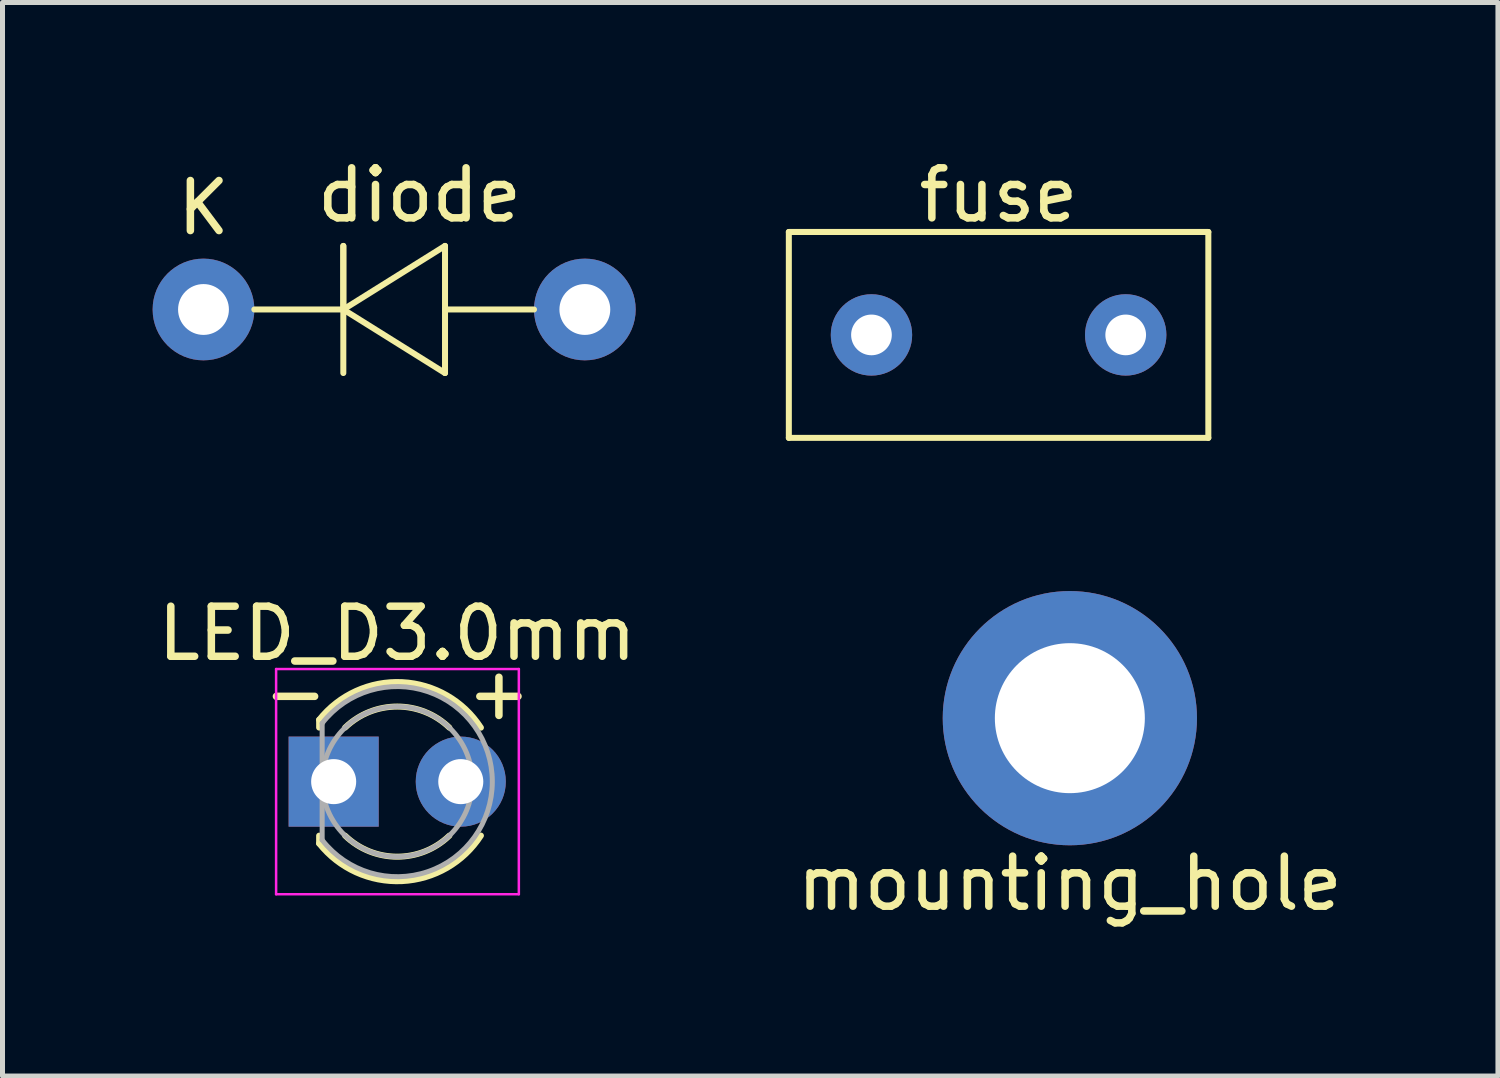
<source format=kicad_pcb>
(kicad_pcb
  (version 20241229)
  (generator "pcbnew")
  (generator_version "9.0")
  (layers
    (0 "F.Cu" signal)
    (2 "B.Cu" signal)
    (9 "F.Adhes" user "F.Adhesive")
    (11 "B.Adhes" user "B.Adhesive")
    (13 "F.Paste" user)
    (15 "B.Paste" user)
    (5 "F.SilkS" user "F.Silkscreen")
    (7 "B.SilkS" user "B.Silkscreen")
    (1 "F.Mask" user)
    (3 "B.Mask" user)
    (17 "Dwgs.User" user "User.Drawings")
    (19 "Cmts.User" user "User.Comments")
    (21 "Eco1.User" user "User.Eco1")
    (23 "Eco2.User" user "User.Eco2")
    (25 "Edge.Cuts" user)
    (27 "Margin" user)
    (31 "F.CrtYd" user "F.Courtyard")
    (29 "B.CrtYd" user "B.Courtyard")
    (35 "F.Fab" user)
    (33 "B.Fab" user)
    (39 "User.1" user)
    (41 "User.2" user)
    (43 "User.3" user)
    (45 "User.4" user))
  (footprint "mounting_hole"
    (layer "F.Cu")
    (at 18.327 11.3)
    (property "Reference" "mounting_hole" (at 0 3.302 0) (layer "F.SilkS") (effects (font (size 1 1) (thickness 0.15))))
    (attr through_hole)
    (pad "1" thru_hole circle (at 0 0) (size 5.08 5.08) (drill 2.997) (layers "*.Cu" "*.Mask")))
  (footprint "LED_D3.0mm"
    (layer "F.Cu")
    (at 3.617 12.568)
    (property "Reference" "LED_D3.0mm" (at 1.27 -2.96 0) (layer "F.SilkS") (effects (font (size 1 1) (thickness 0.15))))
    (attr through_hole)
    (fp_line (start -0.29 -1.236) (end -0.29 -1.08) (stroke (width 0.12) (type solid)) (layer "F.SilkS"))
    (fp_line (start -0.29 1.08) (end -0.29 1.236) (stroke (width 0.12) (type solid)) (layer "F.SilkS"))
    (fp_arc (start -0.29 -1.235516) (mid 1.366487 -1.987659) (end 2.942335 -1.078608) (stroke (width 0.12) (type solid)) (layer "F.SilkS"))
    (fp_arc (start 0.229039 -1.08) (mid 1.270117 -1.5) (end 2.31113 -1.079837) (stroke (width 0.12) (type solid)) (layer "F.SilkS"))
    (fp_arc (start 2.31113 1.079837) (mid 1.270117 1.5) (end 0.229039 1.08) (stroke (width 0.12) (type solid)) (layer "F.SilkS"))
    (fp_arc (start 2.942335 1.078608) (mid 1.366487 1.987659) (end -0.29 1.235516) (stroke (width 0.12) (type solid)) (layer "F.SilkS"))
    (fp_line (start -1.15 -2.25) (end -1.15 2.25) (stroke (width 0.05) (type solid)) (layer "F.CrtYd"))
    (fp_line (start -1.15 2.25) (end 3.7 2.25) (stroke (width 0.05) (type solid)) (layer "F.CrtYd"))
    (fp_line (start 3.7 -2.25) (end -1.15 -2.25) (stroke (width 0.05) (type solid)) (layer "F.CrtYd"))
    (fp_line (start 3.7 2.25) (end 3.7 -2.25) (stroke (width 0.05) (type solid)) (layer "F.CrtYd"))
    (fp_line (start -0.23 -1.166) (end -0.23 1.166) (stroke (width 0.1) (type solid)) (layer "F.Fab"))
    (fp_arc (start -0.23 -1.16619) (mid 3.17 0.000452) (end -0.230555 1.165476) (stroke (width 0.1) (type solid)) (layer "F.Fab"))
    (fp_circle (center 1.27 0) (end 2.77 0) (stroke (width 0.1) (type solid)) (fill no) (layer "F.Fab"))
    (fp_text user "-" (at -0.762 -1.778 0) (layer "F.SilkS") (effects (font (size 1 1) (thickness 0.15))))
    (fp_text user "+" (at 3.302 -1.778 0) (layer "F.SilkS") (effects (font (size 1 1) (thickness 0.15))))
    (pad "1" thru_hole rect (at 0 0) (size 1.8 1.8) (drill 0.9) (layers "*.Cu" "*.Mask"))
    (pad "2" thru_hole circle (at 2.54 0) (size 1.8 1.8) (drill 0.9) (layers "*.Cu" "*.Mask")))
  (footprint "fuse"
    (layer "F.Cu")
    (at 16.903 3.642)
    (property "Reference" "fuse" (at 0 -2.794 0) (layer "F.SilkS") (effects (font (size 1 1) (thickness 0.15))))
    (attr through_hole)
    (fp_line (start -4.191 -2.057) (end -4.191 2.057) (stroke (width 0.12) (type solid)) (layer "F.SilkS"))
    (fp_line (start -4.191 -2.057) (end 4.191 -2.057) (stroke (width 0.12) (type solid)) (layer "F.SilkS"))
    (fp_line (start -4.191 2.057) (end 4.191 2.057) (stroke (width 0.12) (type solid)) (layer "F.SilkS"))
    (fp_line (start 4.191 -2.057) (end 4.191 2.057) (stroke (width 0.12) (type solid)) (layer "F.SilkS"))
    (pad "1" thru_hole circle (at -2.54 0) (size 1.626 1.626) (drill 0.813) (layers "*.Cu" "*.Mask"))
    (pad "2" thru_hole circle (at 2.54 0) (size 1.626 1.626) (drill 0.813) (layers "*.Cu" "*.Mask")))
  (footprint "diode"
    (layer "F.Cu")
    (at 1.016 3.134)
    (property "Reference" "diode" (at 4.318 -2.286 0) (layer "F.SilkS") (effects (font (size 1 1) (thickness 0.15))))
    (attr through_hole)
    (fp_line (start 2.794 -1.27) (end 2.794 1.27) (stroke (width 0.12) (type solid)) (layer "F.SilkS"))
    (fp_line (start 2.794 0) (end 1.016 0) (stroke (width 0.12) (type solid)) (layer "F.SilkS"))
    (fp_line (start 2.794 0) (end 2.794 -1.27) (stroke (width 0.12) (type solid)) (layer "F.SilkS"))
    (fp_line (start 2.794 0) (end 4.826 1.27) (stroke (width 0.12) (type solid)) (layer "F.SilkS"))
    (fp_line (start 4.826 -1.27) (end 2.794 0) (stroke (width 0.12) (type solid)) (layer "F.SilkS"))
    (fp_line (start 4.826 0) (end 4.826 -1.27) (stroke (width 0.12) (type solid)) (layer "F.SilkS"))
    (fp_line (start 4.826 0) (end 6.604 0) (stroke (width 0.12) (type solid)) (layer "F.SilkS"))
    (fp_line (start 4.826 1.27) (end 4.826 0) (stroke (width 0.12) (type solid)) (layer "F.SilkS"))
    (fp_text user "K" (at 0 -2.032 0) (layer "F.SilkS") (effects (font (size 1 1) (thickness 0.15))))
    (pad "1" thru_hole circle (at 0 0) (size 2.032 2.032) (drill 1.016) (layers "*.Cu" "*.Mask"))
    (pad "2" thru_hole circle (at 7.62 0) (size 2.032 2.032) (drill 1.016) (layers "*.Cu" "*.Mask")))
  (gr_rect
    (start -3 -3)
    (end 26.881 18.45)
    (stroke (width 0.1) (type default))
    (fill no)
    (layer "Edge.Cuts")))
</source>
